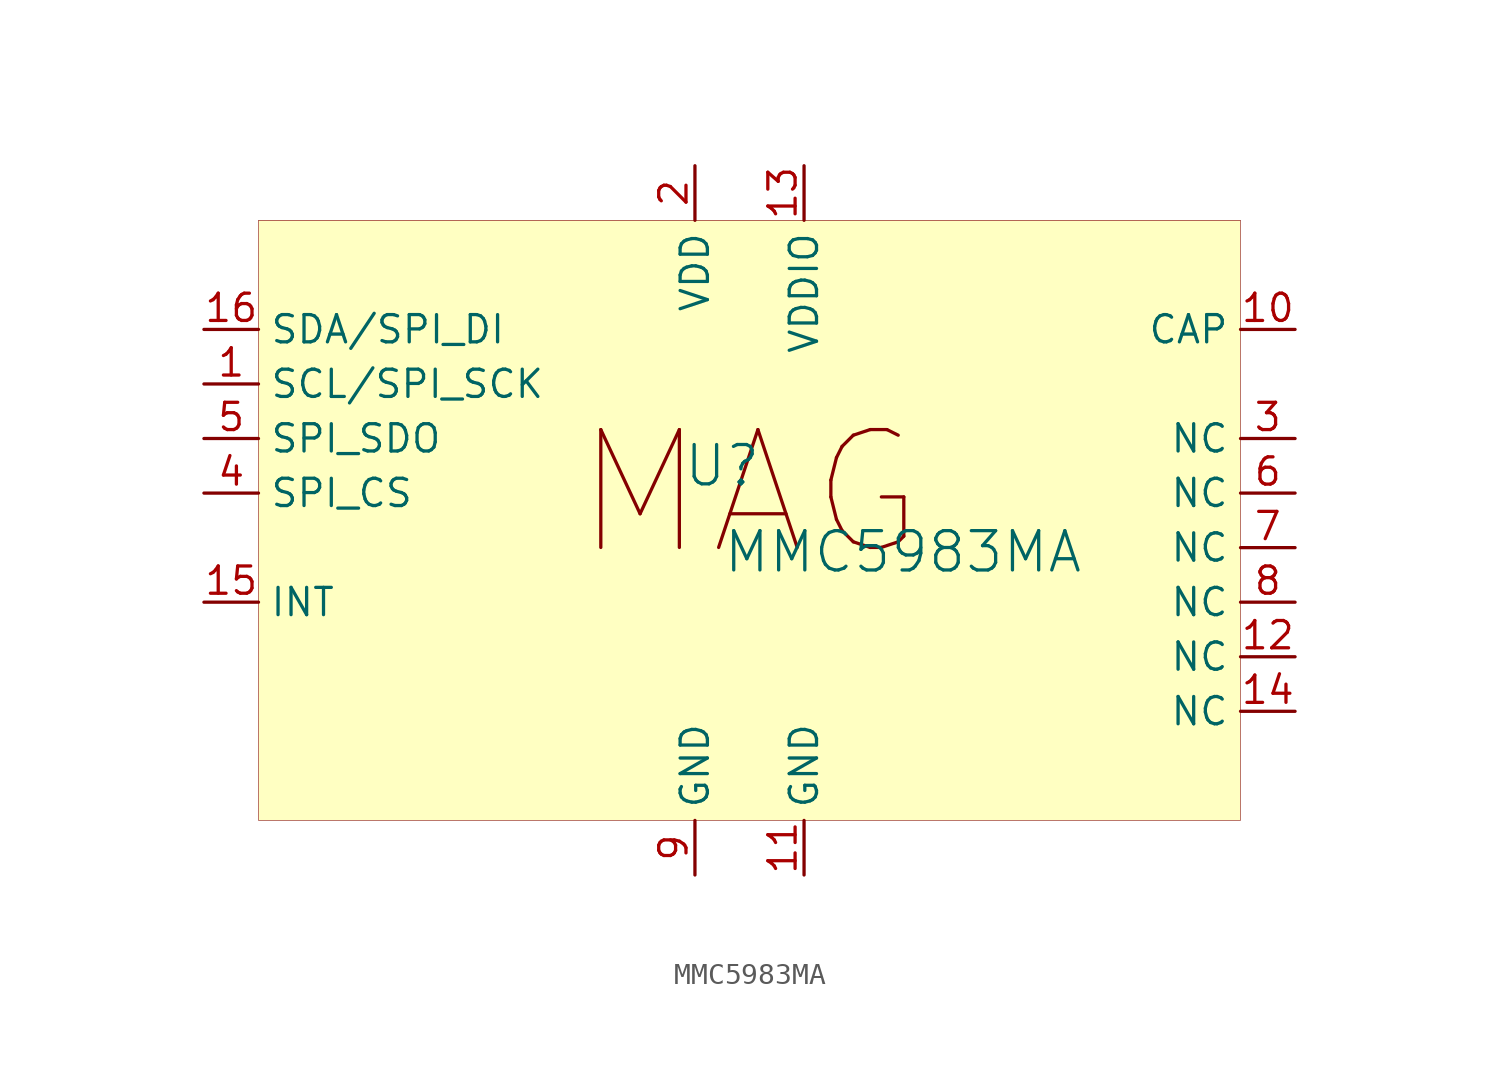
<source format=kicad_sym>
(kicad_symbol_lib
  (version 20231120)
  (generator "kicad_symbol_editor")
  (generator_version "8.0")
  (symbol "MMC5983MA"
    (property "Reference" "U"
      (at -1.27 1.27 0)
      (effects (font (size 1.829 1.829))))
    (property "Value" "MMC5983MA"
      (at -1.27 -3.81 0)
      (effects (font (size 1.829 1.829)) (justify left bottom)))
    (symbol "MMC5983MA_1_0"
      (rectangle (start 22.86 12.7) (end -22.86 -15.24) (stroke (width 0.025) (type solid) (color 128 0 0 1)) (fill (type background)))
      (text "MAG" (at 0 0 0) (effects (font (size 5.486 5.486))))
      (pin passive line (at -25.4 5.08 0) (length 2.54) (name "SCL/SPI_SCK" (effects (font (size 1.27 1.27)))) (number "1" (effects (font (size 1.27 1.27)))))
      (pin passive line (at 25.4 7.62 180) (length 2.54) (name "CAP" (effects (font (size 1.27 1.27)))) (number "10" (effects (font (size 1.27 1.27)))))
      (pin passive line (at 2.54 -17.78 90) (length 2.54) (name "GND" (effects (font (size 1.27 1.27)))) (number "11" (effects (font (size 1.27 1.27)))))
      (pin passive line (at 25.4 -7.62 180) (length 2.54) (name "NC" (effects (font (size 1.27 1.27)))) (number "12" (effects (font (size 1.27 1.27)))))
      (pin passive line (at 2.54 15.24 270) (length 2.54) (name "VDDIO" (effects (font (size 1.27 1.27)))) (number "13" (effects (font (size 1.27 1.27)))))
      (pin passive line (at 25.4 -10.16 180) (length 2.54) (name "NC" (effects (font (size 1.27 1.27)))) (number "14" (effects (font (size 1.27 1.27)))))
      (pin passive line (at -25.4 -5.08 0) (length 2.54) (name "INT" (effects (font (size 1.27 1.27)))) (number "15" (effects (font (size 1.27 1.27)))))
      (pin passive line (at -25.4 7.62 0) (length 2.54) (name "SDA/SPI_DI" (effects (font (size 1.27 1.27)))) (number "16" (effects (font (size 1.27 1.27)))))
      (pin passive line (at -2.54 15.24 270) (length 2.54) (name "VDD" (effects (font (size 1.27 1.27)))) (number "2" (effects (font (size 1.27 1.27)))))
      (pin passive line (at 25.4 2.54 180) (length 2.54) (name "NC" (effects (font (size 1.27 1.27)))) (number "3" (effects (font (size 1.27 1.27)))))
      (pin passive line (at -25.4 0 0) (length 2.54) (name "SPI_CS" (effects (font (size 1.27 1.27)))) (number "4" (effects (font (size 1.27 1.27)))))
      (pin passive line (at -25.4 2.54 0) (length 2.54) (name "SPI_SDO" (effects (font (size 1.27 1.27)))) (number "5" (effects (font (size 1.27 1.27)))))
      (pin passive line (at 25.4 0 180) (length 2.54) (name "NC" (effects (font (size 1.27 1.27)))) (number "6" (effects (font (size 1.27 1.27)))))
      (pin passive line (at 25.4 -2.54 180) (length 2.54) (name "NC" (effects (font (size 1.27 1.27)))) (number "7" (effects (font (size 1.27 1.27)))))
      (pin passive line (at 25.4 -5.08 180) (length 2.54) (name "NC" (effects (font (size 1.27 1.27)))) (number "8" (effects (font (size 1.27 1.27)))))
      (pin passive line (at -2.54 -17.78 90) (length 2.54) (name "GND" (effects (font (size 1.27 1.27)))) (number "9" (effects (font (size 1.27 1.27))))))))
</source>
